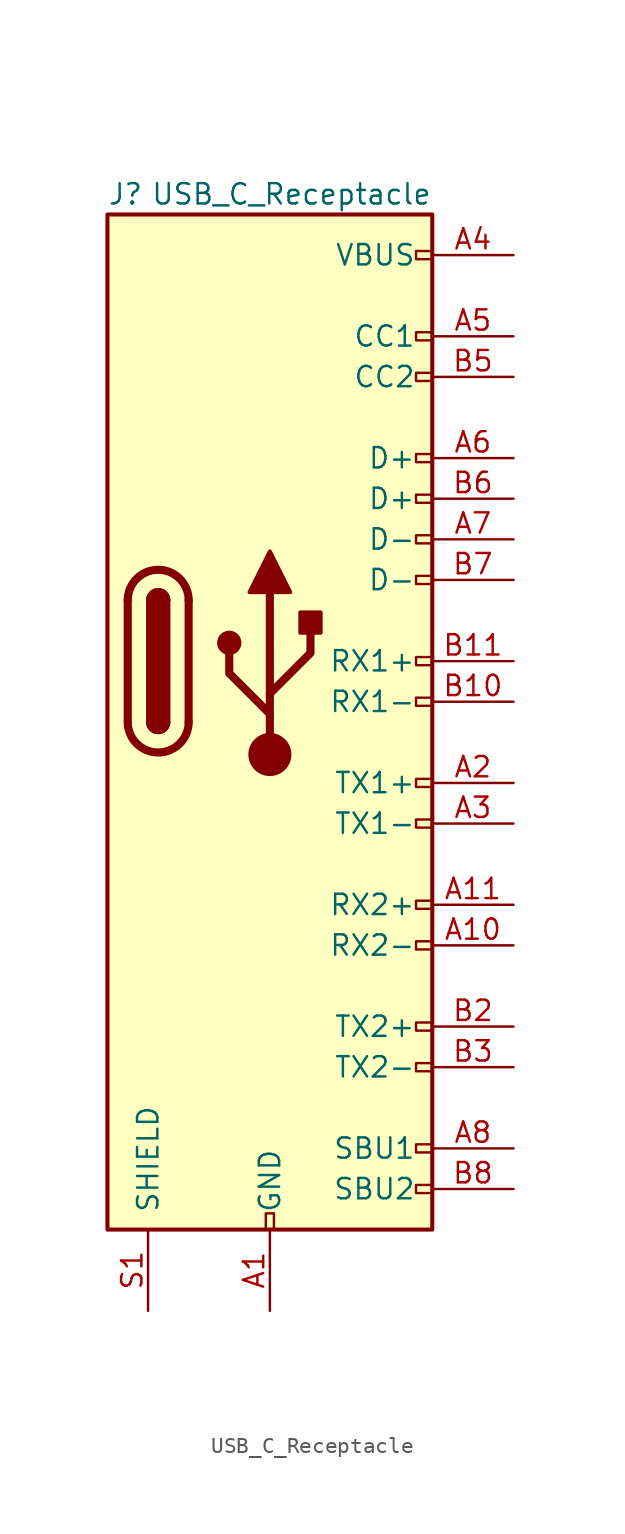
<source format=kicad_sym>
(kicad_symbol_lib
  (version 20211014)
  (generator kicad_symbol_editor)
  (symbol "USB_C_Receptacle"
    (pin_names
      (offset 1.016))
    (property "Reference" "J"
      (at -10.16 29.21 0)
      (effects (font (size 1.27 1.27)) (justify left)))
    (property "Value" "USB_C_Receptacle"
      (at 10.16 29.21 0)
      (effects (font (size 1.27 1.27)) (justify right)))
    (symbol "USB_C_Receptacle_0_0"
      (rectangle (start -0.254 -35.56) (end 0.254 -34.544) (stroke (width 0) (type default) (color 0 0 0 0)) (fill (type none)))
      (rectangle (start 10.16 -32.766) (end 9.144 -33.274) (stroke (width 0) (type default) (color 0 0 0 0)) (fill (type none)))
      (rectangle (start 10.16 -30.226) (end 9.144 -30.734) (stroke (width 0) (type default) (color 0 0 0 0)) (fill (type none)))
      (rectangle (start 10.16 -25.146) (end 9.144 -25.654) (stroke (width 0) (type default) (color 0 0 0 0)) (fill (type none)))
      (rectangle (start 10.16 -22.606) (end 9.144 -23.114) (stroke (width 0) (type default) (color 0 0 0 0)) (fill (type none)))
      (rectangle (start 10.16 -17.526) (end 9.144 -18.034) (stroke (width 0) (type default) (color 0 0 0 0)) (fill (type none)))
      (rectangle (start 10.16 -14.986) (end 9.144 -15.494) (stroke (width 0) (type default) (color 0 0 0 0)) (fill (type none)))
      (rectangle (start 10.16 -9.906) (end 9.144 -10.414) (stroke (width 0) (type default) (color 0 0 0 0)) (fill (type none)))
      (rectangle (start 10.16 -7.366) (end 9.144 -7.874) (stroke (width 0) (type default) (color 0 0 0 0)) (fill (type none)))
      (rectangle (start 10.16 -2.286) (end 9.144 -2.794) (stroke (width 0) (type default) (color 0 0 0 0)) (fill (type none)))
      (rectangle (start 10.16 0.254) (end 9.144 -0.254) (stroke (width 0) (type default) (color 0 0 0 0)) (fill (type none)))
      (rectangle (start 10.16 5.334) (end 9.144 4.826) (stroke (width 0) (type default) (color 0 0 0 0)) (fill (type none)))
      (rectangle (start 10.16 7.874) (end 9.144 7.366) (stroke (width 0) (type default) (color 0 0 0 0)) (fill (type none)))
      (rectangle (start 10.16 10.414) (end 9.144 9.906) (stroke (width 0) (type default) (color 0 0 0 0)) (fill (type none)))
      (rectangle (start 10.16 12.954) (end 9.144 12.446) (stroke (width 0) (type default) (color 0 0 0 0)) (fill (type none)))
      (rectangle (start 10.16 18.034) (end 9.144 17.526) (stroke (width 0) (type default) (color 0 0 0 0)) (fill (type none)))
      (rectangle (start 10.16 20.574) (end 9.144 20.066) (stroke (width 0) (type default) (color 0 0 0 0)) (fill (type none)))
      (rectangle (start 10.16 25.654) (end 9.144 25.146) (stroke (width 0) (type default) (color 0 0 0 0)) (fill (type none))))
    (symbol "USB_C_Receptacle_0_1"
      (rectangle (start -10.16 27.94) (end 10.16 -35.56) (stroke (width 0.254) (type default) (color 0 0 0 0)) (fill (type background)))
      (arc (start -8.89 -3.81) (mid -6.985 -5.715) (end -5.08 -3.81) (stroke (width 0.508) (type default) (color 0 0 0 0)) (fill (type none)))
      (arc (start -7.62 -3.81) (mid -6.985 -4.445) (end -6.35 -3.81) (stroke (width 0.254) (type default) (color 0 0 0 0)) (fill (type none)))
      (arc (start -7.62 -3.81) (mid -6.985 -4.445) (end -6.35 -3.81) (stroke (width 0.254) (type default) (color 0 0 0 0)) (fill (type outline)))
      (rectangle (start -7.62 -3.81) (end -6.35 3.81) (stroke (width 0.254) (type default) (color 0 0 0 0)) (fill (type outline)))
      (arc (start -6.35 3.81) (mid -6.985 4.445) (end -7.62 3.81) (stroke (width 0.254) (type default) (color 0 0 0 0)) (fill (type none)))
      (arc (start -6.35 3.81) (mid -6.985 4.445) (end -7.62 3.81) (stroke (width 0.254) (type default) (color 0 0 0 0)) (fill (type outline)))
      (arc (start -5.08 3.81) (mid -6.985 5.715) (end -8.89 3.81) (stroke (width 0.508) (type default) (color 0 0 0 0)) (fill (type none)))
      (polyline (pts (xy -8.89 -3.81) (xy -8.89 3.81)) (stroke (width 0.508) (type default) (color 0 0 0 0)) (fill (type none)))
      (polyline (pts (xy -5.08 3.81) (xy -5.08 -3.81)) (stroke (width 0.508) (type default) (color 0 0 0 0)) (fill (type none))))
    (symbol "USB_C_Receptacle_1_1"
      (circle (center -2.54 1.143) (radius 0.635) (stroke (width 0.254) (type default) (color 0 0 0 0)) (fill (type outline)))
      (circle (center 0 -5.842) (radius 1.27) (stroke (width 0) (type default) (color 0 0 0 0)) (fill (type outline)))
      (polyline (pts (xy 0 -5.842) (xy 0 4.318)) (stroke (width 0.508) (type default) (color 0 0 0 0)) (fill (type none)))
      (polyline (pts (xy 0 -3.302) (xy -2.54 -0.762) (xy -2.54 0.508)) (stroke (width 0.508) (type default) (color 0 0 0 0)) (fill (type none)))
      (polyline (pts (xy 0 -2.032) (xy 2.54 0.508) (xy 2.54 1.778)) (stroke (width 0.508) (type default) (color 0 0 0 0)) (fill (type none)))
      (polyline (pts (xy -1.27 4.318) (xy 0 6.858) (xy 1.27 4.318) (xy -1.27 4.318)) (stroke (width 0.254) (type default) (color 0 0 0 0)) (fill (type outline)))
      (rectangle (start 1.905 1.778) (end 3.175 3.048) (stroke (width 0.254) (type default) (color 0 0 0 0)) (fill (type outline)))
      (pin passive line (at 0 -40.64 90) (length 5.08) (name "GND" (effects (font (size 1.27 1.27)))) (number "A1" (effects (font (size 1.27 1.27)))))
      (pin bidirectional line (at 15.24 -17.78 180) (length 5.08) (name "RX2-" (effects (font (size 1.27 1.27)))) (number "A10" (effects (font (size 1.27 1.27)))))
      (pin bidirectional line (at 15.24 -15.24 180) (length 5.08) (name "RX2+" (effects (font (size 1.27 1.27)))) (number "A11" (effects (font (size 1.27 1.27)))))
      (pin passive line (at 0 -40.64 90) (length 5.08) hide (name "GND" (effects (font (size 1.27 1.27)))) (number "A12" (effects (font (size 1.27 1.27)))))
      (pin bidirectional line (at 15.24 -7.62 180) (length 5.08) (name "TX1+" (effects (font (size 1.27 1.27)))) (number "A2" (effects (font (size 1.27 1.27)))))
      (pin bidirectional line (at 15.24 -10.16 180) (length 5.08) (name "TX1-" (effects (font (size 1.27 1.27)))) (number "A3" (effects (font (size 1.27 1.27)))))
      (pin passive line (at 15.24 25.4 180) (length 5.08) (name "VBUS" (effects (font (size 1.27 1.27)))) (number "A4" (effects (font (size 1.27 1.27)))))
      (pin bidirectional line (at 15.24 20.32 180) (length 5.08) (name "CC1" (effects (font (size 1.27 1.27)))) (number "A5" (effects (font (size 1.27 1.27)))))
      (pin bidirectional line (at 15.24 12.7 180) (length 5.08) (name "D+" (effects (font (size 1.27 1.27)))) (number "A6" (effects (font (size 1.27 1.27)))))
      (pin bidirectional line (at 15.24 7.62 180) (length 5.08) (name "D-" (effects (font (size 1.27 1.27)))) (number "A7" (effects (font (size 1.27 1.27)))))
      (pin bidirectional line (at 15.24 -30.48 180) (length 5.08) (name "SBU1" (effects (font (size 1.27 1.27)))) (number "A8" (effects (font (size 1.27 1.27)))))
      (pin passive line (at 15.24 25.4 180) (length 5.08) hide (name "VBUS" (effects (font (size 1.27 1.27)))) (number "A9" (effects (font (size 1.27 1.27)))))
      (pin passive line (at 0 -40.64 90) (length 5.08) hide (name "GND" (effects (font (size 1.27 1.27)))) (number "B1" (effects (font (size 1.27 1.27)))))
      (pin bidirectional line (at 15.24 -2.54 180) (length 5.08) (name "RX1-" (effects (font (size 1.27 1.27)))) (number "B10" (effects (font (size 1.27 1.27)))))
      (pin bidirectional line (at 15.24 0 180) (length 5.08) (name "RX1+" (effects (font (size 1.27 1.27)))) (number "B11" (effects (font (size 1.27 1.27)))))
      (pin passive line (at 0 -40.64 90) (length 5.08) hide (name "GND" (effects (font (size 1.27 1.27)))) (number "B12" (effects (font (size 1.27 1.27)))))
      (pin bidirectional line (at 15.24 -22.86 180) (length 5.08) (name "TX2+" (effects (font (size 1.27 1.27)))) (number "B2" (effects (font (size 1.27 1.27)))))
      (pin bidirectional line (at 15.24 -25.4 180) (length 5.08) (name "TX2-" (effects (font (size 1.27 1.27)))) (number "B3" (effects (font (size 1.27 1.27)))))
      (pin passive line (at 15.24 25.4 180) (length 5.08) hide (name "VBUS" (effects (font (size 1.27 1.27)))) (number "B4" (effects (font (size 1.27 1.27)))))
      (pin bidirectional line (at 15.24 17.78 180) (length 5.08) (name "CC2" (effects (font (size 1.27 1.27)))) (number "B5" (effects (font (size 1.27 1.27)))))
      (pin bidirectional line (at 15.24 10.16 180) (length 5.08) (name "D+" (effects (font (size 1.27 1.27)))) (number "B6" (effects (font (size 1.27 1.27)))))
      (pin bidirectional line (at 15.24 5.08 180) (length 5.08) (name "D-" (effects (font (size 1.27 1.27)))) (number "B7" (effects (font (size 1.27 1.27)))))
      (pin bidirectional line (at 15.24 -33.02 180) (length 5.08) (name "SBU2" (effects (font (size 1.27 1.27)))) (number "B8" (effects (font (size 1.27 1.27)))))
      (pin passive line (at 15.24 25.4 180) (length 5.08) hide (name "VBUS" (effects (font (size 1.27 1.27)))) (number "B9" (effects (font (size 1.27 1.27)))))
      (pin passive line (at -7.62 -40.64 90) (length 5.08) (name "SHIELD" (effects (font (size 1.27 1.27)))) (number "S1" (effects (font (size 1.27 1.27))))))))
</source>
